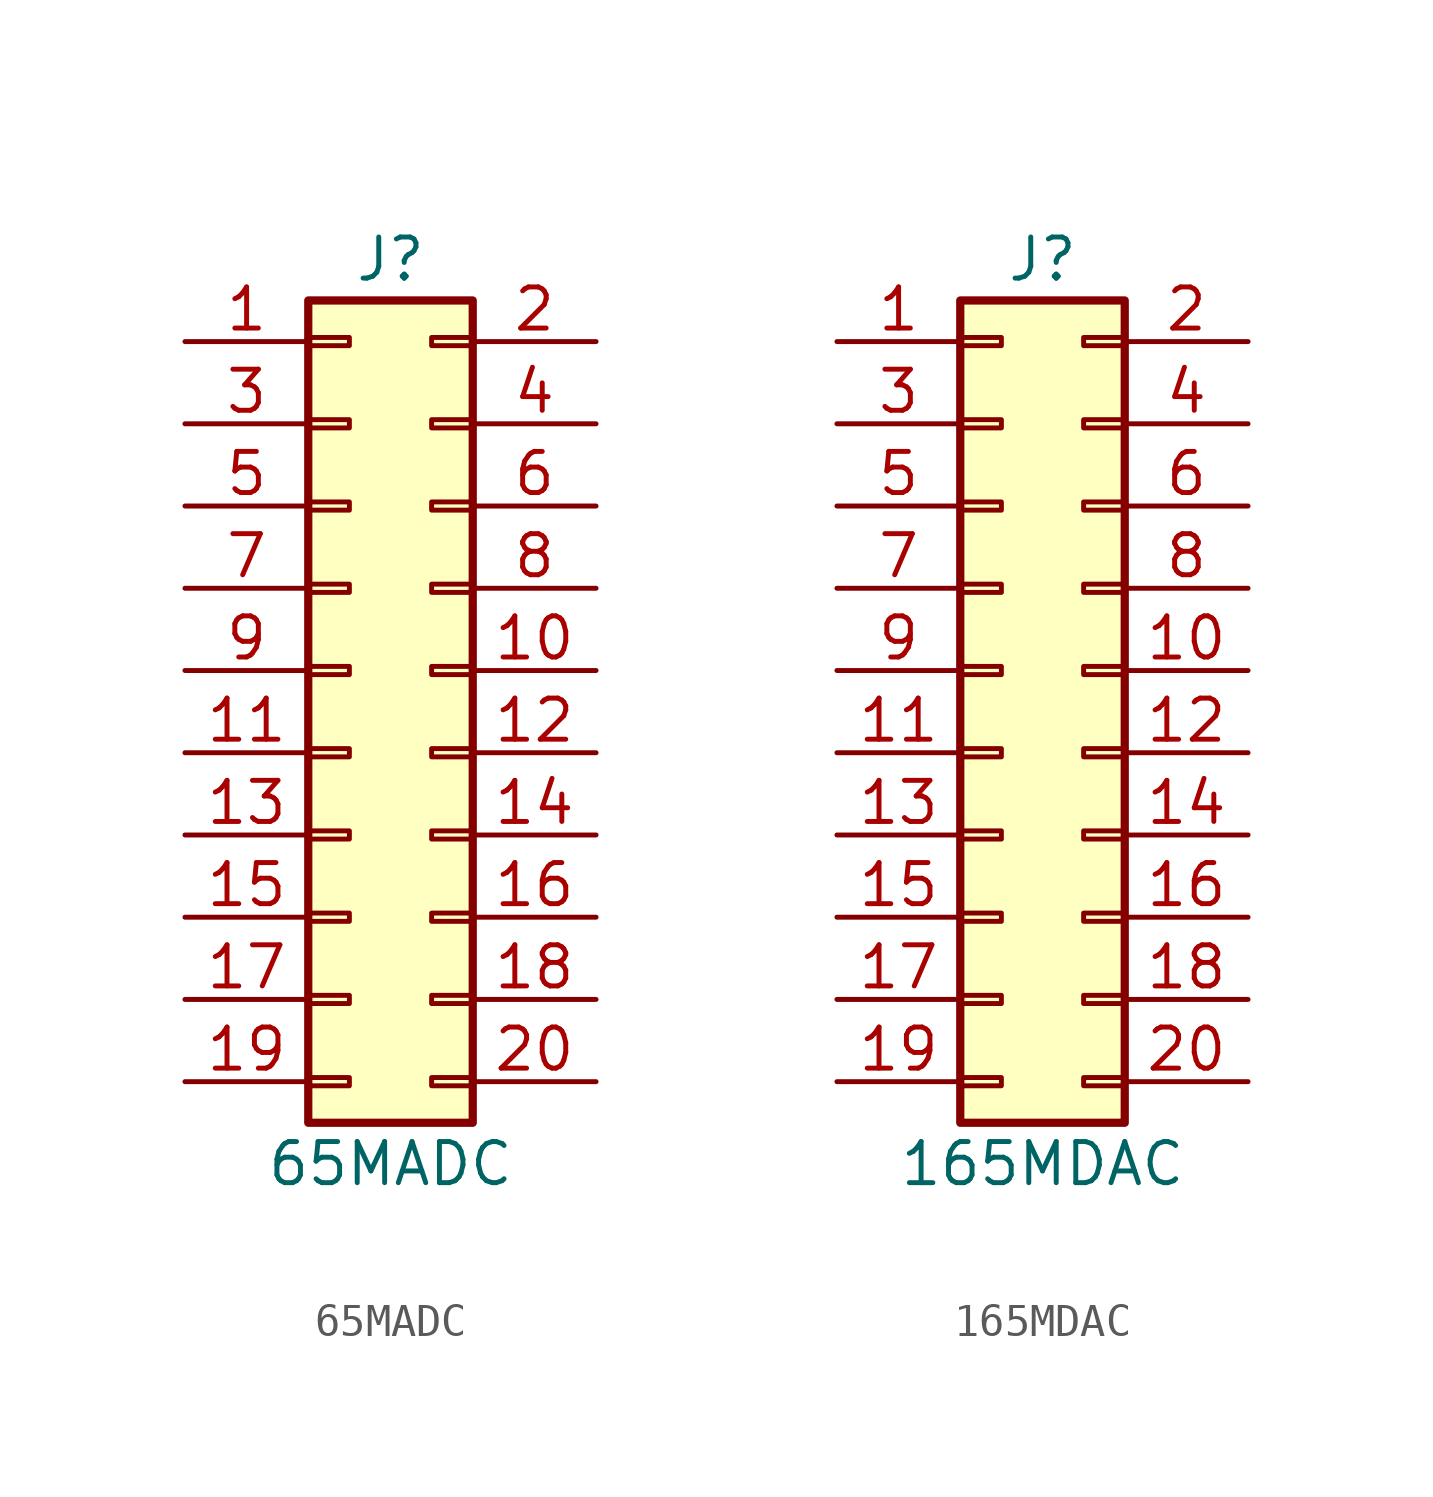
<source format=kicad_sym>
(kicad_symbol_lib
  (version 20231120)
  (generator "kicad_symbol_editor")
  (generator_version "8.0")
  (symbol "65MADC"
    (pin_names
      (offset 1.016) hide)
    (property "Reference" "J"
      (at 1.27 12.7 0)
      (effects (font (size 1.27 1.27))))
    (property "Value" "65MADC"
      (at 1.27 -15.24 0)
      (effects (font (size 1.27 1.27))))
    (symbol "65MADC_1_1"
      (rectangle (start -1.27 -12.573) (end 0 -12.827) (stroke (width 0.152) (type default)) (fill (type none)))
      (rectangle (start -1.27 -10.033) (end 0 -10.287) (stroke (width 0.152) (type default)) (fill (type none)))
      (rectangle (start -1.27 -7.493) (end 0 -7.747) (stroke (width 0.152) (type default)) (fill (type none)))
      (rectangle (start -1.27 -4.953) (end 0 -5.207) (stroke (width 0.152) (type default)) (fill (type none)))
      (rectangle (start -1.27 -2.413) (end 0 -2.667) (stroke (width 0.152) (type default)) (fill (type none)))
      (rectangle (start -1.27 0.127) (end 0 -0.127) (stroke (width 0.152) (type default)) (fill (type none)))
      (rectangle (start -1.27 2.667) (end 0 2.413) (stroke (width 0.152) (type default)) (fill (type none)))
      (rectangle (start -1.27 5.207) (end 0 4.953) (stroke (width 0.152) (type default)) (fill (type none)))
      (rectangle (start -1.27 7.747) (end 0 7.493) (stroke (width 0.152) (type default)) (fill (type none)))
      (rectangle (start -1.27 10.287) (end 0 10.033) (stroke (width 0.152) (type default)) (fill (type none)))
      (rectangle (start -1.27 11.43) (end 3.81 -13.97) (stroke (width 0.254) (type default)) (fill (type background)))
      (rectangle (start 3.81 -12.573) (end 2.54 -12.827) (stroke (width 0.152) (type default)) (fill (type none)))
      (rectangle (start 3.81 -10.033) (end 2.54 -10.287) (stroke (width 0.152) (type default)) (fill (type none)))
      (rectangle (start 3.81 -7.493) (end 2.54 -7.747) (stroke (width 0.152) (type default)) (fill (type none)))
      (rectangle (start 3.81 -4.953) (end 2.54 -5.207) (stroke (width 0.152) (type default)) (fill (type none)))
      (rectangle (start 3.81 -2.413) (end 2.54 -2.667) (stroke (width 0.152) (type default)) (fill (type none)))
      (rectangle (start 3.81 0.127) (end 2.54 -0.127) (stroke (width 0.152) (type default)) (fill (type none)))
      (rectangle (start 3.81 2.667) (end 2.54 2.413) (stroke (width 0.152) (type default)) (fill (type none)))
      (rectangle (start 3.81 5.207) (end 2.54 4.953) (stroke (width 0.152) (type default)) (fill (type none)))
      (rectangle (start 3.81 7.747) (end 2.54 7.493) (stroke (width 0.152) (type default)) (fill (type none)))
      (rectangle (start 3.81 10.287) (end 2.54 10.033) (stroke (width 0.152) (type default)) (fill (type none)))
      (pin passive line (at -5.08 10.16 0) (length 3.81) (name "Pin_1" (effects (font (size 1.27 1.27)))) (number "1" (effects (font (size 1.27 1.27)))))
      (pin passive line (at 7.62 0 180) (length 3.81) (name "Pin_10" (effects (font (size 1.27 1.27)))) (number "10" (effects (font (size 1.27 1.27)))))
      (pin passive line (at -5.08 -2.54 0) (length 3.81) (name "Pin_11" (effects (font (size 1.27 1.27)))) (number "11" (effects (font (size 1.27 1.27)))))
      (pin passive line (at 7.62 -2.54 180) (length 3.81) (name "Pin_12" (effects (font (size 1.27 1.27)))) (number "12" (effects (font (size 1.27 1.27)))))
      (pin passive line (at -5.08 -5.08 0) (length 3.81) (name "Pin_13" (effects (font (size 1.27 1.27)))) (number "13" (effects (font (size 1.27 1.27)))))
      (pin passive line (at 7.62 -5.08 180) (length 3.81) (name "Pin_14" (effects (font (size 1.27 1.27)))) (number "14" (effects (font (size 1.27 1.27)))))
      (pin passive line (at -5.08 -7.62 0) (length 3.81) (name "Pin_15" (effects (font (size 1.27 1.27)))) (number "15" (effects (font (size 1.27 1.27)))))
      (pin passive line (at 7.62 -7.62 180) (length 3.81) (name "Pin_16" (effects (font (size 1.27 1.27)))) (number "16" (effects (font (size 1.27 1.27)))))
      (pin passive line (at -5.08 -10.16 0) (length 3.81) (name "Pin_17" (effects (font (size 1.27 1.27)))) (number "17" (effects (font (size 1.27 1.27)))))
      (pin passive line (at 7.62 -10.16 180) (length 3.81) (name "Pin_18" (effects (font (size 1.27 1.27)))) (number "18" (effects (font (size 1.27 1.27)))))
      (pin passive line (at -5.08 -12.7 0) (length 3.81) (name "Pin_19" (effects (font (size 1.27 1.27)))) (number "19" (effects (font (size 1.27 1.27)))))
      (pin passive line (at 7.62 10.16 180) (length 3.81) (name "Pin_2" (effects (font (size 1.27 1.27)))) (number "2" (effects (font (size 1.27 1.27)))))
      (pin passive line (at 7.62 -12.7 180) (length 3.81) (name "Pin_20" (effects (font (size 1.27 1.27)))) (number "20" (effects (font (size 1.27 1.27)))))
      (pin passive line (at -5.08 7.62 0) (length 3.81) (name "Pin_3" (effects (font (size 1.27 1.27)))) (number "3" (effects (font (size 1.27 1.27)))))
      (pin passive line (at 7.62 7.62 180) (length 3.81) (name "Pin_4" (effects (font (size 1.27 1.27)))) (number "4" (effects (font (size 1.27 1.27)))))
      (pin passive line (at -5.08 5.08 0) (length 3.81) (name "Pin_5" (effects (font (size 1.27 1.27)))) (number "5" (effects (font (size 1.27 1.27)))))
      (pin passive line (at 7.62 5.08 180) (length 3.81) (name "Pin_6" (effects (font (size 1.27 1.27)))) (number "6" (effects (font (size 1.27 1.27)))))
      (pin passive line (at -5.08 2.54 0) (length 3.81) (name "Pin_7" (effects (font (size 1.27 1.27)))) (number "7" (effects (font (size 1.27 1.27)))))
      (pin passive line (at 7.62 2.54 180) (length 3.81) (name "Pin_8" (effects (font (size 1.27 1.27)))) (number "8" (effects (font (size 1.27 1.27)))))
      (pin passive line (at -5.08 0 0) (length 3.81) (name "Pin_9" (effects (font (size 1.27 1.27)))) (number "9" (effects (font (size 1.27 1.27)))))))
  (symbol "165MDAC"
    (pin_names
      (offset 1.016) hide)
    (property "Reference" "J"
      (at 1.27 12.7 0)
      (effects (font (size 1.27 1.27))))
    (property "Value" "165MDAC"
      (at 1.27 -15.24 0)
      (effects (font (size 1.27 1.27))))
    (symbol "165MDAC_1_1"
      (rectangle (start -1.27 -12.573) (end 0 -12.827) (stroke (width 0.152) (type default)) (fill (type none)))
      (rectangle (start -1.27 -10.033) (end 0 -10.287) (stroke (width 0.152) (type default)) (fill (type none)))
      (rectangle (start -1.27 -7.493) (end 0 -7.747) (stroke (width 0.152) (type default)) (fill (type none)))
      (rectangle (start -1.27 -4.953) (end 0 -5.207) (stroke (width 0.152) (type default)) (fill (type none)))
      (rectangle (start -1.27 -2.413) (end 0 -2.667) (stroke (width 0.152) (type default)) (fill (type none)))
      (rectangle (start -1.27 0.127) (end 0 -0.127) (stroke (width 0.152) (type default)) (fill (type none)))
      (rectangle (start -1.27 2.667) (end 0 2.413) (stroke (width 0.152) (type default)) (fill (type none)))
      (rectangle (start -1.27 5.207) (end 0 4.953) (stroke (width 0.152) (type default)) (fill (type none)))
      (rectangle (start -1.27 7.747) (end 0 7.493) (stroke (width 0.152) (type default)) (fill (type none)))
      (rectangle (start -1.27 10.287) (end 0 10.033) (stroke (width 0.152) (type default)) (fill (type none)))
      (rectangle (start -1.27 11.43) (end 3.81 -13.97) (stroke (width 0.254) (type default)) (fill (type background)))
      (rectangle (start 3.81 -12.573) (end 2.54 -12.827) (stroke (width 0.152) (type default)) (fill (type none)))
      (rectangle (start 3.81 -10.033) (end 2.54 -10.287) (stroke (width 0.152) (type default)) (fill (type none)))
      (rectangle (start 3.81 -7.493) (end 2.54 -7.747) (stroke (width 0.152) (type default)) (fill (type none)))
      (rectangle (start 3.81 -4.953) (end 2.54 -5.207) (stroke (width 0.152) (type default)) (fill (type none)))
      (rectangle (start 3.81 -2.413) (end 2.54 -2.667) (stroke (width 0.152) (type default)) (fill (type none)))
      (rectangle (start 3.81 0.127) (end 2.54 -0.127) (stroke (width 0.152) (type default)) (fill (type none)))
      (rectangle (start 3.81 2.667) (end 2.54 2.413) (stroke (width 0.152) (type default)) (fill (type none)))
      (rectangle (start 3.81 5.207) (end 2.54 4.953) (stroke (width 0.152) (type default)) (fill (type none)))
      (rectangle (start 3.81 7.747) (end 2.54 7.493) (stroke (width 0.152) (type default)) (fill (type none)))
      (rectangle (start 3.81 10.287) (end 2.54 10.033) (stroke (width 0.152) (type default)) (fill (type none)))
      (pin passive line (at -5.08 10.16 0) (length 3.81) (name "Pin_1" (effects (font (size 1.27 1.27)))) (number "1" (effects (font (size 1.27 1.27)))))
      (pin passive line (at 7.62 0 180) (length 3.81) (name "Pin_10" (effects (font (size 1.27 1.27)))) (number "10" (effects (font (size 1.27 1.27)))))
      (pin passive line (at -5.08 -2.54 0) (length 3.81) (name "Pin_11" (effects (font (size 1.27 1.27)))) (number "11" (effects (font (size 1.27 1.27)))))
      (pin passive line (at 7.62 -2.54 180) (length 3.81) (name "Pin_12" (effects (font (size 1.27 1.27)))) (number "12" (effects (font (size 1.27 1.27)))))
      (pin passive line (at -5.08 -5.08 0) (length 3.81) (name "Pin_13" (effects (font (size 1.27 1.27)))) (number "13" (effects (font (size 1.27 1.27)))))
      (pin passive line (at 7.62 -5.08 180) (length 3.81) (name "Pin_14" (effects (font (size 1.27 1.27)))) (number "14" (effects (font (size 1.27 1.27)))))
      (pin passive line (at -5.08 -7.62 0) (length 3.81) (name "Pin_15" (effects (font (size 1.27 1.27)))) (number "15" (effects (font (size 1.27 1.27)))))
      (pin passive line (at 7.62 -7.62 180) (length 3.81) (name "Pin_16" (effects (font (size 1.27 1.27)))) (number "16" (effects (font (size 1.27 1.27)))))
      (pin passive line (at -5.08 -10.16 0) (length 3.81) (name "Pin_17" (effects (font (size 1.27 1.27)))) (number "17" (effects (font (size 1.27 1.27)))))
      (pin passive line (at 7.62 -10.16 180) (length 3.81) (name "Pin_18" (effects (font (size 1.27 1.27)))) (number "18" (effects (font (size 1.27 1.27)))))
      (pin passive line (at -5.08 -12.7 0) (length 3.81) (name "Pin_19" (effects (font (size 1.27 1.27)))) (number "19" (effects (font (size 1.27 1.27)))))
      (pin passive line (at 7.62 10.16 180) (length 3.81) (name "Pin_2" (effects (font (size 1.27 1.27)))) (number "2" (effects (font (size 1.27 1.27)))))
      (pin passive line (at 7.62 -12.7 180) (length 3.81) (name "Pin_20" (effects (font (size 1.27 1.27)))) (number "20" (effects (font (size 1.27 1.27)))))
      (pin passive line (at -5.08 7.62 0) (length 3.81) (name "Pin_3" (effects (font (size 1.27 1.27)))) (number "3" (effects (font (size 1.27 1.27)))))
      (pin passive line (at 7.62 7.62 180) (length 3.81) (name "Pin_4" (effects (font (size 1.27 1.27)))) (number "4" (effects (font (size 1.27 1.27)))))
      (pin passive line (at -5.08 5.08 0) (length 3.81) (name "Pin_5" (effects (font (size 1.27 1.27)))) (number "5" (effects (font (size 1.27 1.27)))))
      (pin passive line (at 7.62 5.08 180) (length 3.81) (name "Pin_6" (effects (font (size 1.27 1.27)))) (number "6" (effects (font (size 1.27 1.27)))))
      (pin passive line (at -5.08 2.54 0) (length 3.81) (name "Pin_7" (effects (font (size 1.27 1.27)))) (number "7" (effects (font (size 1.27 1.27)))))
      (pin passive line (at 7.62 2.54 180) (length 3.81) (name "Pin_8" (effects (font (size 1.27 1.27)))) (number "8" (effects (font (size 1.27 1.27)))))
      (pin passive line (at -5.08 0 0) (length 3.81) (name "Pin_9" (effects (font (size 1.27 1.27)))) (number "9" (effects (font (size 1.27 1.27))))))))
</source>
